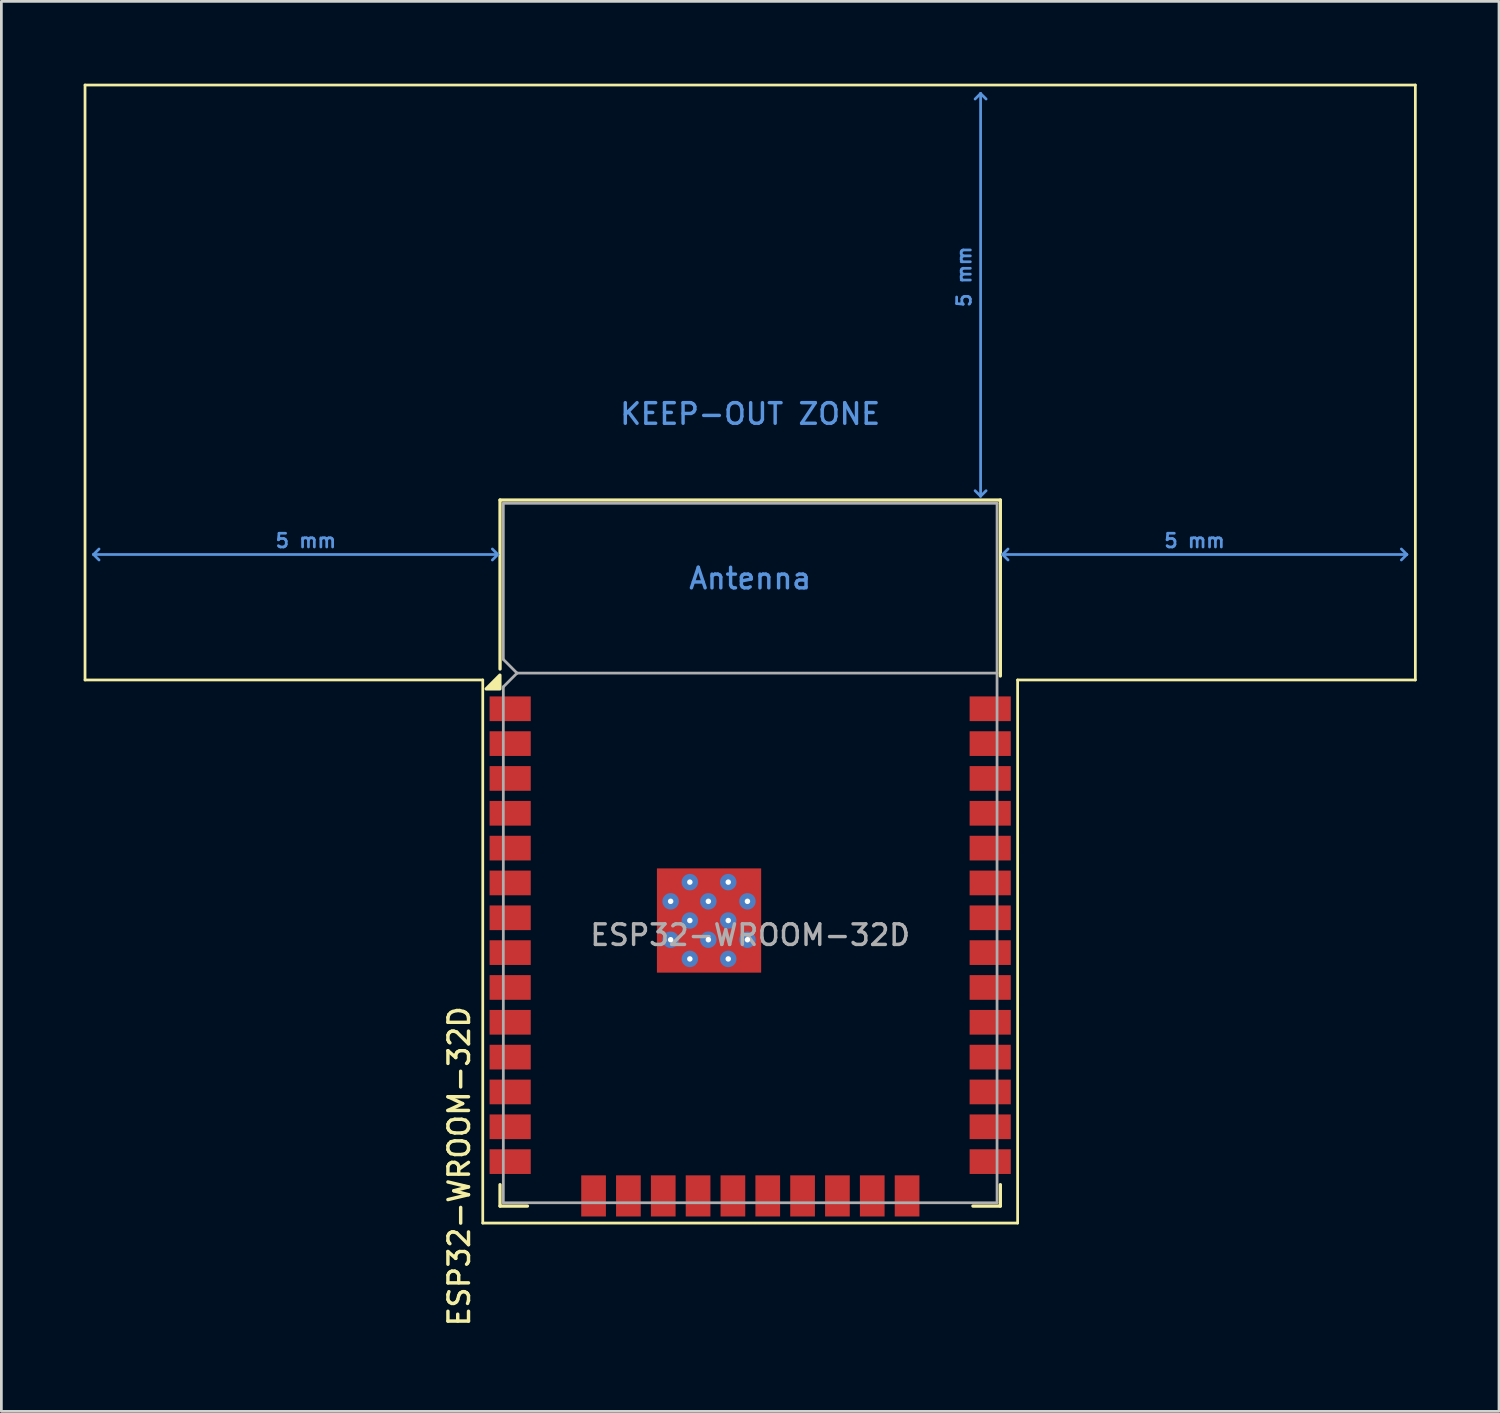
<source format=kicad_pcb>
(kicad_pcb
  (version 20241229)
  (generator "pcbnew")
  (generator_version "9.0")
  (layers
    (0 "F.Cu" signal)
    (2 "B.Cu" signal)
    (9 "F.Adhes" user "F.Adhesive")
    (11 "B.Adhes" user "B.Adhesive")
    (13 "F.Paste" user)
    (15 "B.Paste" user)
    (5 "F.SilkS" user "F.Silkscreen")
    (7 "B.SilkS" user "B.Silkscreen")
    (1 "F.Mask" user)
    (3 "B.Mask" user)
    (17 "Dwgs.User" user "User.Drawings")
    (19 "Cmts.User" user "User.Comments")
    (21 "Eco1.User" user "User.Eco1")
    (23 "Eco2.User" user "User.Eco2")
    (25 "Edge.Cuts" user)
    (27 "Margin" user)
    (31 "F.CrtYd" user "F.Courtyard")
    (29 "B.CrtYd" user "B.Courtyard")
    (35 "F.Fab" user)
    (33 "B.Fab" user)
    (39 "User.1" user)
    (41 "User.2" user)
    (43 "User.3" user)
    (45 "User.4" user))
  (footprint "ESP32-WROOM-32D"
    (layer "F.Cu")
    (at 24.3 31.04)
    (property "Reference" "ESP32-WROOM-32D" (at -10.61 8.43 90) (layer "F.SilkS") (effects (font (size 0.75 0.75) (thickness 0.125))))
    (attr smd)
    (fp_line (start -24.25 -30.99) (end -24.25 -9.3) (stroke (width 0.1) (type solid)) (layer "F.SilkS"))
    (fp_line (start -24.25 -30.99) (end 24.25 -30.99) (stroke (width 0.1) (type solid)) (layer "F.SilkS"))
    (fp_line (start -24.25 -9.3) (end -9.75 -9.3) (stroke (width 0.1) (type solid)) (layer "F.SilkS"))
    (fp_line (start -9.75 10.5) (end -9.75 -9.3) (stroke (width 0.1) (type solid)) (layer "F.SilkS"))
    (fp_line (start -9.75 10.5) (end 9.75 10.5) (stroke (width 0.1) (type solid)) (layer "F.SilkS"))
    (fp_line (start -9.12 -15.86) (end -9.12 -9.7) (stroke (width 0.12) (type solid)) (layer "F.SilkS"))
    (fp_line (start -9.12 -15.86) (end 9.12 -15.86) (stroke (width 0.12) (type solid)) (layer "F.SilkS"))
    (fp_line (start -9.12 9.1) (end -9.12 9.88) (stroke (width 0.12) (type solid)) (layer "F.SilkS"))
    (fp_line (start -9.12 9.88) (end -8.12 9.88) (stroke (width 0.12) (type solid)) (layer "F.SilkS"))
    (fp_line (start 9.12 -15.86) (end 9.12 -9.445) (stroke (width 0.12) (type solid)) (layer "F.SilkS"))
    (fp_line (start 9.12 9.1) (end 9.12 9.88) (stroke (width 0.12) (type solid)) (layer "F.SilkS"))
    (fp_line (start 9.12 9.88) (end 8.12 9.88) (stroke (width 0.12) (type solid)) (layer "F.SilkS"))
    (fp_line (start 9.75 -9.3) (end 9.75 10.5) (stroke (width 0.1) (type solid)) (layer "F.SilkS"))
    (fp_line (start 9.75 -9.3) (end 24.25 -9.3) (stroke (width 0.1) (type solid)) (layer "F.SilkS"))
    (fp_line (start 24.25 -30.99) (end 24.25 -9.3) (stroke (width 0.1) (type solid)) (layer "F.SilkS"))
    (fp_poly (pts (xy -9.125 -8.975) (xy -9.625 -8.975) (xy -9.125 -9.475) (xy -9.125 -8.975)) (stroke (width 0.12) (type solid)) (fill yes) (layer "F.SilkS"))
    (fp_line (start -23.94 -13.875) (end -23.74 -14.075) (stroke (width 0.1) (type solid)) (layer "Cmts.User"))
    (fp_line (start -23.94 -13.875) (end -23.74 -13.675) (stroke (width 0.1) (type solid)) (layer "Cmts.User"))
    (fp_line (start -23.94 -13.875) (end -9.2 -13.875) (stroke (width 0.1) (type solid)) (layer "Cmts.User"))
    (fp_line (start -9.2 -13.875) (end -9.4 -14.075) (stroke (width 0.1) (type solid)) (layer "Cmts.User"))
    (fp_line (start -9.2 -13.875) (end -9.4 -13.675) (stroke (width 0.1) (type solid)) (layer "Cmts.User"))
    (fp_line (start 8.4 -30.68) (end 8.2 -30.48) (stroke (width 0.1) (type solid)) (layer "Cmts.User"))
    (fp_line (start 8.4 -30.68) (end 8.6 -30.48) (stroke (width 0.1) (type solid)) (layer "Cmts.User"))
    (fp_line (start 8.4 -16) (end 8.2 -16.2) (stroke (width 0.1) (type solid)) (layer "Cmts.User"))
    (fp_line (start 8.4 -16) (end 8.4 -30.68) (stroke (width 0.1) (type solid)) (layer "Cmts.User"))
    (fp_line (start 8.4 -16) (end 8.6 -16.2) (stroke (width 0.1) (type solid)) (layer "Cmts.User"))
    (fp_line (start 9.2 -13.875) (end 9.4 -14.075) (stroke (width 0.1) (type solid)) (layer "Cmts.User"))
    (fp_line (start 9.2 -13.875) (end 9.4 -13.675) (stroke (width 0.1) (type solid)) (layer "Cmts.User"))
    (fp_line (start 9.2 -13.875) (end 23.94 -13.875) (stroke (width 0.1) (type solid)) (layer "Cmts.User"))
    (fp_line (start 23.94 -13.875) (end 23.74 -14.075) (stroke (width 0.1) (type solid)) (layer "Cmts.User"))
    (fp_line (start 23.94 -13.875) (end 23.74 -13.675) (stroke (width 0.1) (type solid)) (layer "Cmts.User"))
    (fp_line (start -9 -15.74) (end -9 -10.05) (stroke (width 0.1) (type solid)) (layer "F.Fab"))
    (fp_line (start -9 -15.74) (end 9 -15.74) (stroke (width 0.1) (type solid)) (layer "F.Fab"))
    (fp_line (start -9 -9.05) (end -9 9.76) (stroke (width 0.1) (type solid)) (layer "F.Fab"))
    (fp_line (start -9 -9.05) (end -8.5 -9.55) (stroke (width 0.1) (type solid)) (layer "F.Fab"))
    (fp_line (start -9 9.76) (end 9 9.76) (stroke (width 0.1) (type solid)) (layer "F.Fab"))
    (fp_line (start -8.5 -9.55) (end -9 -10.05) (stroke (width 0.1) (type solid)) (layer "F.Fab"))
    (fp_line (start -8.5 -9.55) (end 9 -9.55) (stroke (width 0.1) (type solid)) (layer "F.Fab"))
    (fp_line (start 9 9.76) (end 9 -15.74) (stroke (width 0.1) (type solid)) (layer "F.Fab"))
    (fp_text user "Antenna" (at 0 -13 0) (layer "Cmts.User") (effects (font (size 0.75 0.75) (thickness 0.125))))
    (fp_text user "5 mm" (at 7.8 -24 90) (layer "Cmts.User") (effects (font (size 0.5 0.5) (thickness 0.1))))
    (fp_text user "KEEP-OUT ZONE" (at 0 -19 0) (layer "Cmts.User") (effects (font (size 0.75 0.75) (thickness 0.125))))
    (fp_text user "5 mm" (at 16.2 -14.375 0) (layer "Cmts.User") (effects (font (size 0.5 0.5) (thickness 0.1))))
    (fp_text user "5 mm" (at -16.2 -14.375 0) (layer "Cmts.User") (effects (font (size 0.5 0.5) (thickness 0.1))))
    (fp_text user "${REFERENCE}" (at 0 0 0) (layer "F.Fab") (effects (font (size 0.75 0.75) (thickness 0.125))))
    (pad "1" smd rect (at -8.75 -8.25) (size 1.5 0.9) (layers "F.Cu" "F.Mask" "F.Paste"))
    (pad "2" smd rect (at -8.75 -6.98) (size 1.5 0.9) (layers "F.Cu" "F.Mask" "F.Paste"))
    (pad "3" smd rect (at -8.75 -5.71) (size 1.5 0.9) (layers "F.Cu" "F.Mask" "F.Paste"))
    (pad "4" smd rect (at -8.75 -4.44) (size 1.5 0.9) (layers "F.Cu" "F.Mask" "F.Paste"))
    (pad "5" smd rect (at -8.75 -3.17) (size 1.5 0.9) (layers "F.Cu" "F.Mask" "F.Paste"))
    (pad "6" smd rect (at -8.75 -1.9) (size 1.5 0.9) (layers "F.Cu" "F.Mask" "F.Paste"))
    (pad "7" smd rect (at -8.75 -0.63) (size 1.5 0.9) (layers "F.Cu" "F.Mask" "F.Paste"))
    (pad "8" smd rect (at -8.75 0.64) (size 1.5 0.9) (layers "F.Cu" "F.Mask" "F.Paste"))
    (pad "9" smd rect (at -8.75 1.91) (size 1.5 0.9) (layers "F.Cu" "F.Mask" "F.Paste"))
    (pad "10" smd rect (at -8.75 3.18) (size 1.5 0.9) (layers "F.Cu" "F.Mask" "F.Paste"))
    (pad "11" smd rect (at -8.75 4.45) (size 1.5 0.9) (layers "F.Cu" "F.Mask" "F.Paste"))
    (pad "12" smd rect (at -8.75 5.72) (size 1.5 0.9) (layers "F.Cu" "F.Mask" "F.Paste"))
    (pad "13" smd rect (at -8.75 6.99) (size 1.5 0.9) (layers "F.Cu" "F.Mask" "F.Paste"))
    (pad "14" smd rect (at -8.75 8.26) (size 1.5 0.9) (layers "F.Cu" "F.Mask" "F.Paste"))
    (pad "15" smd rect (at -5.71 9.51 90) (size 1.5 0.9) (layers "F.Cu" "F.Mask" "F.Paste"))
    (pad "16" smd rect (at -4.44 9.51 90) (size 1.5 0.9) (layers "F.Cu" "F.Mask" "F.Paste"))
    (pad "17" smd rect (at -3.17 9.51 90) (size 1.5 0.9) (layers "F.Cu" "F.Mask" "F.Paste"))
    (pad "18" smd rect (at -1.9 9.51 90) (size 1.5 0.9) (layers "F.Cu" "F.Mask" "F.Paste"))
    (pad "19" smd rect (at -0.63 9.51 90) (size 1.5 0.9) (layers "F.Cu" "F.Mask" "F.Paste"))
    (pad "20" smd rect (at 0.64 9.51 90) (size 1.5 0.9) (layers "F.Cu" "F.Mask" "F.Paste"))
    (pad "21" smd rect (at 1.91 9.51 90) (size 1.5 0.9) (layers "F.Cu" "F.Mask" "F.Paste"))
    (pad "22" smd rect (at 3.18 9.51 90) (size 1.5 0.9) (layers "F.Cu" "F.Mask" "F.Paste"))
    (pad "23" smd rect (at 4.45 9.51 90) (size 1.5 0.9) (layers "F.Cu" "F.Mask" "F.Paste"))
    (pad "24" smd rect (at 5.72 9.51 90) (size 1.5 0.9) (layers "F.Cu" "F.Mask" "F.Paste"))
    (pad "25" smd rect (at 8.75 8.26) (size 1.5 0.9) (layers "F.Cu" "F.Mask" "F.Paste"))
    (pad "26" smd rect (at 8.75 6.99) (size 1.5 0.9) (layers "F.Cu" "F.Mask" "F.Paste"))
    (pad "27" smd rect (at 8.75 5.72) (size 1.5 0.9) (layers "F.Cu" "F.Mask" "F.Paste"))
    (pad "28" smd rect (at 8.75 4.45) (size 1.5 0.9) (layers "F.Cu" "F.Mask" "F.Paste"))
    (pad "29" smd rect (at 8.75 3.18) (size 1.5 0.9) (layers "F.Cu" "F.Mask" "F.Paste"))
    (pad "30" smd rect (at 8.75 1.91) (size 1.5 0.9) (layers "F.Cu" "F.Mask" "F.Paste"))
    (pad "31" smd rect (at 8.75 0.64) (size 1.5 0.9) (layers "F.Cu" "F.Mask" "F.Paste"))
    (pad "32" smd rect (at 8.75 -0.63) (size 1.5 0.9) (layers "F.Cu" "F.Mask" "F.Paste"))
    (pad "33" smd rect (at 8.75 -1.9) (size 1.5 0.9) (layers "F.Cu" "F.Mask" "F.Paste"))
    (pad "34" smd rect (at 8.75 -3.17) (size 1.5 0.9) (layers "F.Cu" "F.Mask" "F.Paste"))
    (pad "35" smd rect (at 8.75 -4.44) (size 1.5 0.9) (layers "F.Cu" "F.Mask" "F.Paste"))
    (pad "36" smd rect (at 8.75 -5.71) (size 1.5 0.9) (layers "F.Cu" "F.Mask" "F.Paste"))
    (pad "37" smd rect (at 8.75 -6.98) (size 1.5 0.9) (layers "F.Cu" "F.Mask" "F.Paste"))
    (pad "38" smd rect (at 8.75 -8.25) (size 1.5 0.9) (layers "F.Cu" "F.Mask" "F.Paste"))
    (pad "39" smd rect (at -2.9 -1.93) (size 0.9 0.9) (layers "F.Cu" "F.Paste"))
    (pad "39" thru_hole circle (at -2.9 -1.23) (size 0.6 0.6) (drill 0.2) (property pad_prop_heatsink) (layers "*.Cu" "F.Mask"))
    (pad "39" smd rect (at -2.9 -0.53) (size 0.9 0.9) (layers "F.Cu" "F.Paste"))
    (pad "39" thru_hole circle (at -2.9 0.17) (size 0.6 0.6) (drill 0.2) (property pad_prop_heatsink) (layers "*.Cu" "F.Mask"))
    (pad "39" smd rect (at -2.9 0.87) (size 0.9 0.9) (layers "F.Cu" "F.Paste"))
    (pad "39" thru_hole circle (at -2.2 -1.93) (size 0.6 0.6) (drill 0.2) (property pad_prop_heatsink) (layers "*.Cu" "F.Mask"))
    (pad "39" thru_hole circle (at -2.2 -0.53) (size 0.6 0.6) (drill 0.2) (property pad_prop_heatsink) (layers "*.Cu" "F.Mask"))
    (pad "39" thru_hole circle (at -2.2 0.87) (size 0.6 0.6) (drill 0.2) (property pad_prop_heatsink) (layers "*.Cu" "F.Mask"))
    (pad "39" thru_hole circle (at -1.525 -1.23) (size 0.6 0.6) (drill 0.2) (property pad_prop_heatsink) (layers "*.Cu" "F.Mask"))
    (pad "39" thru_hole circle (at -1.525 0.17) (size 0.6 0.6) (drill 0.2) (property pad_prop_heatsink) (layers "*.Cu" "F.Mask"))
    (pad "39" smd rect (at -1.5 -1.93) (size 0.9 0.9) (layers "F.Cu" "F.Paste"))
    (pad "39" smd rect (at -1.5 -0.53) (size 0.9 0.9) (layers "F.Cu" "F.Paste"))
    (pad "39" smd rect (at -1.5 -0.53) (size 3.8 3.8) (layers "F.Cu" "F.Mask"))
    (pad "39" smd rect (at -1.5 0.87) (size 0.9 0.9) (layers "F.Cu" "F.Paste"))
    (pad "39" thru_hole circle (at -0.8 -1.93) (size 0.6 0.6) (drill 0.2) (property pad_prop_heatsink) (layers "*.Cu" "F.Mask"))
    (pad "39" thru_hole circle (at -0.8 -0.53) (size 0.6 0.6) (drill 0.2) (property pad_prop_heatsink) (layers "*.Cu" "F.Mask"))
    (pad "39" thru_hole circle (at -0.8 0.87) (size 0.6 0.6) (drill 0.2) (property pad_prop_heatsink) (layers "*.Cu" "F.Mask"))
    (pad "39" smd rect (at -0.1 -1.93) (size 0.9 0.9) (layers "F.Cu" "F.Paste"))
    (pad "39" thru_hole circle (at -0.1 -1.23) (size 0.6 0.6) (drill 0.2) (property pad_prop_heatsink) (layers "*.Cu" "F.Mask"))
    (pad "39" smd rect (at -0.1 -0.53) (size 0.9 0.9) (layers "F.Cu" "F.Paste"))
    (pad "39" thru_hole circle (at -0.1 0.17) (size 0.6 0.6) (drill 0.2) (property pad_prop_heatsink) (layers "*.Cu" "F.Mask"))
    (pad "39" smd rect (at -0.1 0.87) (size 0.9 0.9) (layers "F.Cu" "F.Paste"))
    (zone (net_name "") (layers "F.Cu" "B.Cu") (hatch full 0.508) (connect_pads) (min_thickness 0.254) (filled_areas_thickness no) (keepout (tracks not_allowed) (vias not_allowed) (pads not_allowed) (copperpour not_allowed) (footprints not_allowed)) (placement (enabled no)) (fill) (polygon (pts (xy 0.3 21.49) (xy 48.3 21.49) (xy 48.3 0.3) (xy 0.3 0.3)))))
  (gr_rect
    (start -3 -3)
    (end 51.6 48.404)
    (stroke (width 0.1) (type default))
    (fill no)
    (layer "Edge.Cuts")))
</source>
